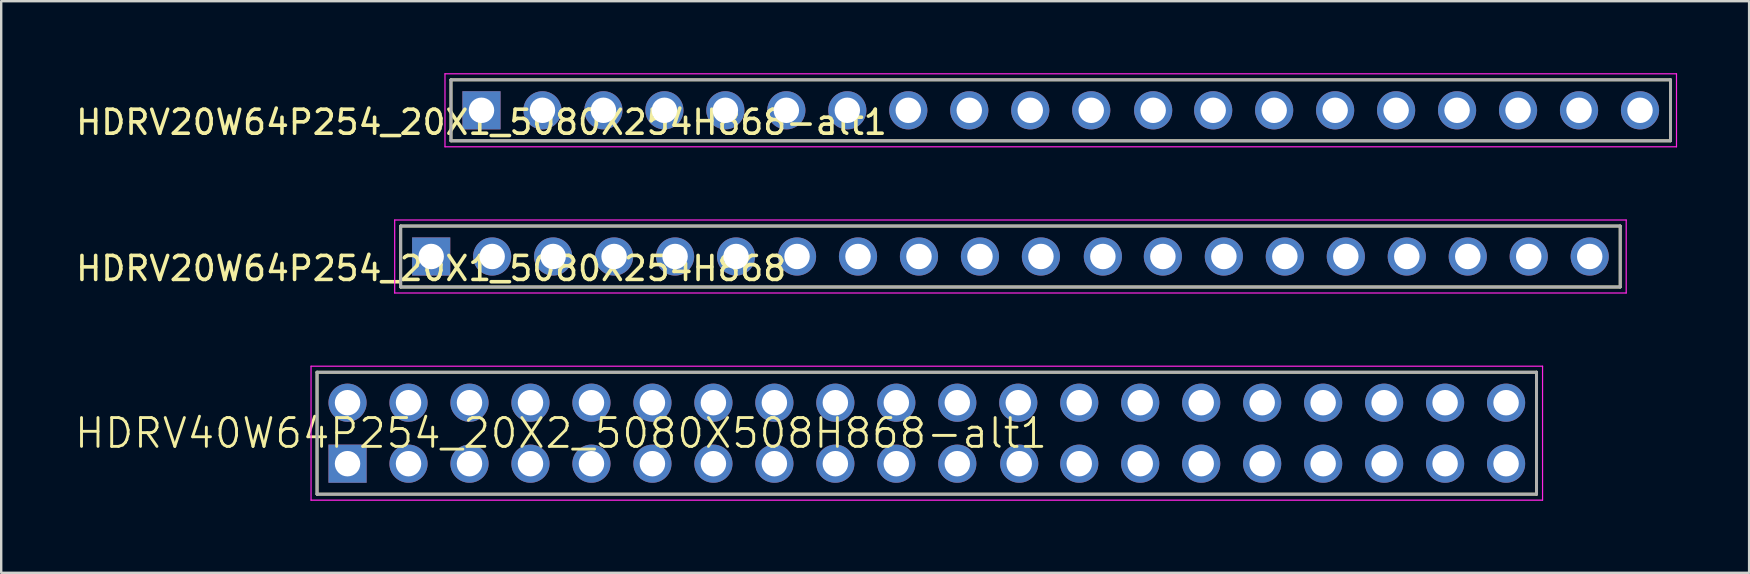
<source format=kicad_pcb>
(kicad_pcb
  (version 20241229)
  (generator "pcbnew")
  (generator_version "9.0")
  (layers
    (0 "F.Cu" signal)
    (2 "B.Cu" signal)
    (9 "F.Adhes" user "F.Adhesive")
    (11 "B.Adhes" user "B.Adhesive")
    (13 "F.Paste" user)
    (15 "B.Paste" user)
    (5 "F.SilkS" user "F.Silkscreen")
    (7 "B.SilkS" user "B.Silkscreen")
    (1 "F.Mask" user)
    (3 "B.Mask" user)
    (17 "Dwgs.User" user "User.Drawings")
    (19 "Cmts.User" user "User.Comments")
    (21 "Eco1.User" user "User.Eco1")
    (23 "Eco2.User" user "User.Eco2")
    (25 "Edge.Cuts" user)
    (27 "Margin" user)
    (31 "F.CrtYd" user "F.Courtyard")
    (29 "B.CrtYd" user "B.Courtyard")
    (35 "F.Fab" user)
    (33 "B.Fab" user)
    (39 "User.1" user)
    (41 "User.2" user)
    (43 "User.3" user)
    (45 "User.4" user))
  (footprint "HDRV20W64P254_20X1_5080X254H868"
    (layer "F.Cu")
    (at 39.041 7.635)
    (property "Reference" "HDRV20W64P254_20X1_5080X254H868" (at -24.13 0.5 0) (layer "F.SilkS") (effects (font (size 1 1) (thickness 0.15))))
    (attr through_hole)
    (fp_line (start -25.4 -1.27) (end 25.4 -1.27) (stroke (width 0.12) (type solid)) (layer "F.SilkS"))
    (fp_line (start -25.4 1.27) (end -25.4 -1.27) (stroke (width 0.12) (type solid)) (layer "F.SilkS"))
    (fp_line (start 25.4 -1.27) (end 25.4 1.27) (stroke (width 0.12) (type solid)) (layer "F.SilkS"))
    (fp_line (start 25.4 1.27) (end -25.4 1.27) (stroke (width 0.12) (type solid)) (layer "F.SilkS"))
    (fp_line (start -25.65 -1.52) (end 25.65 -1.52) (stroke (width 0.05) (type solid)) (layer "F.CrtYd"))
    (fp_line (start -25.65 1.52) (end -25.65 -1.52) (stroke (width 0.05) (type solid)) (layer "F.CrtYd"))
    (fp_line (start 25.65 -1.52) (end 25.65 1.52) (stroke (width 0.05) (type solid)) (layer "F.CrtYd"))
    (fp_line (start 25.65 1.52) (end -25.65 1.52) (stroke (width 0.05) (type solid)) (layer "F.CrtYd"))
    (fp_line (start -25.4 -1.27) (end 25.4 -1.27) (stroke (width 0.12) (type solid)) (layer "F.Fab"))
    (fp_line (start -25.4 1.27) (end -25.4 -1.27) (stroke (width 0.12) (type solid)) (layer "F.Fab"))
    (fp_line (start 25.4 -1.27) (end 25.4 1.27) (stroke (width 0.12) (type solid)) (layer "F.Fab"))
    (fp_line (start 25.4 1.27) (end -25.4 1.27) (stroke (width 0.12) (type solid)) (layer "F.Fab"))
    (pad "1" thru_hole rect (at -24.13 0) (size 1.59 1.59) (drill 1.06) (layers "*.Cu" "*.Mask"))
    (pad "2" thru_hole circle (at -21.59 0) (size 1.59 1.59) (drill 1.06) (layers "*.Cu" "*.Mask"))
    (pad "3" thru_hole circle (at -19.05 0) (size 1.59 1.59) (drill 1.06) (layers "*.Cu" "*.Mask"))
    (pad "4" thru_hole circle (at -16.51 0) (size 1.59 1.59) (drill 1.06) (layers "*.Cu" "*.Mask"))
    (pad "5" thru_hole circle (at -13.97 0 90) (size 1.59 1.59) (drill 1.06) (layers "*.Cu" "*.Mask"))
    (pad "6" thru_hole circle (at -11.43 0) (size 1.59 1.59) (drill 1.06) (layers "*.Cu" "*.Mask"))
    (pad "7" thru_hole circle (at -8.89 0) (size 1.59 1.59) (drill 1.06) (layers "*.Cu" "*.Mask"))
    (pad "8" thru_hole circle (at -6.35 0) (size 1.59 1.59) (drill 1.06) (layers "*.Cu" "*.Mask"))
    (pad "9" thru_hole circle (at -3.81 0) (size 1.59 1.59) (drill 1.06) (layers "*.Cu" "*.Mask"))
    (pad "10" thru_hole circle (at -1.27 0) (size 1.59 1.59) (drill 1.06) (layers "*.Cu" "*.Mask"))
    (pad "11" thru_hole circle (at 1.27 0) (size 1.59 1.59) (drill 1.06) (layers "*.Cu" "*.Mask"))
    (pad "12" thru_hole circle (at 3.85 0) (size 1.59 1.59) (drill 1.06) (layers "*.Cu" "*.Mask"))
    (pad "13" thru_hole circle (at 6.35 0) (size 1.59 1.59) (drill 1.06) (layers "*.Cu" "*.Mask"))
    (pad "14" thru_hole circle (at 8.89 0) (size 1.59 1.59) (drill 1.06) (layers "*.Cu" "*.Mask"))
    (pad "15" thru_hole circle (at 11.43 0) (size 1.59 1.59) (drill 1.06) (layers "*.Cu" "*.Mask"))
    (pad "16" thru_hole circle (at 13.97 0) (size 1.59 1.59) (drill 1.06) (layers "*.Cu" "*.Mask"))
    (pad "17" thru_hole circle (at 16.51 0) (size 1.59 1.59) (drill 1.06) (layers "*.Cu" "*.Mask"))
    (pad "18" thru_hole circle (at 19.05 0) (size 1.59 1.59) (drill 1.06) (layers "*.Cu" "*.Mask"))
    (pad "19" thru_hole circle (at 21.59 0) (size 1.59 1.59) (drill 1.06) (layers "*.Cu" "*.Mask"))
    (pad "20" thru_hole circle (at 24.13 0) (size 1.59 1.59) (drill 1.06) (layers "*.Cu" "*.Mask")))
  (footprint "HDRV40W64P254_20X2_5080X508H868-alt1"
    (layer "F.Cu")
    (at 11.427 16.265)
    (property "Reference" "HDRV40W64P254_20X2_5080X508H868-alt1" (at 8.89 -1.27 0) (layer "F.SilkS") (effects (font (size 1.2 1.2) (thickness 0.12))))
    (attr through_hole)
    (fp_line (start -1.27 -3.81) (end 49.53 -3.81) (stroke (width 0.12) (type solid)) (layer "F.SilkS"))
    (fp_line (start -1.27 1.27) (end -1.27 -3.81) (stroke (width 0.12) (type solid)) (layer "F.SilkS"))
    (fp_line (start 49.53 -3.81) (end 49.53 1.27) (stroke (width 0.12) (type solid)) (layer "F.SilkS"))
    (fp_line (start 49.53 1.27) (end -1.27 1.27) (stroke (width 0.12) (type solid)) (layer "F.SilkS"))
    (fp_line (start -1.52 -4.06) (end 49.78 -4.06) (stroke (width 0.05) (type solid)) (layer "F.CrtYd"))
    (fp_line (start -1.52 1.52) (end -1.52 -4.06) (stroke (width 0.05) (type solid)) (layer "F.CrtYd"))
    (fp_line (start 0 -0.35) (end 0 0.35) (stroke (width 0.05) (type solid)) (layer "F.CrtYd"))
    (fp_line (start 0.35 0) (end -0.35 0) (stroke (width 0.05) (type solid)) (layer "F.CrtYd"))
    (fp_line (start 49.78 -4.06) (end 49.78 1.52) (stroke (width 0.05) (type solid)) (layer "F.CrtYd"))
    (fp_line (start 49.78 1.52) (end -1.52 1.52) (stroke (width 0.05) (type solid)) (layer "F.CrtYd"))
    (fp_circle (center 0 0) (end 0 0.25) (stroke (width 0.05) (type solid)) (fill no) (layer "F.CrtYd"))
    (fp_line (start -1.27 -3.81) (end 49.53 -3.81) (stroke (width 0.12) (type solid)) (layer "F.Fab"))
    (fp_line (start -1.27 1.27) (end -1.27 -3.81) (stroke (width 0.12) (type solid)) (layer "F.Fab"))
    (fp_line (start 49.53 -3.81) (end 49.53 1.27) (stroke (width 0.12) (type solid)) (layer "F.Fab"))
    (fp_line (start 49.53 1.27) (end -1.27 1.27) (stroke (width 0.12) (type solid)) (layer "F.Fab"))
    (pad "1" thru_hole rect (at 0 0) (size 1.59 1.59) (drill 1.06) (layers "*.Cu" "*.Mask"))
    (pad "2" thru_hole circle (at 0 -2.54) (size 1.59 1.59) (drill 1.06) (layers "*.Cu" "*.Mask"))
    (pad "3" thru_hole circle (at 2.54 0) (size 1.59 1.59) (drill 1.06) (layers "*.Cu" "*.Mask"))
    (pad "4" thru_hole circle (at 2.54 -2.54) (size 1.59 1.59) (drill 1.06) (layers "*.Cu" "*.Mask"))
    (pad "5" thru_hole circle (at 5.08 0) (size 1.59 1.59) (drill 1.06) (layers "*.Cu" "*.Mask"))
    (pad "6" thru_hole circle (at 5.08 -2.54) (size 1.59 1.59) (drill 1.06) (layers "*.Cu" "*.Mask"))
    (pad "7" thru_hole circle (at 7.62 0) (size 1.59 1.59) (drill 1.06) (layers "*.Cu" "*.Mask"))
    (pad "8" thru_hole circle (at 7.62 -2.54) (size 1.59 1.59) (drill 1.06) (layers "*.Cu" "*.Mask"))
    (pad "9" thru_hole circle (at 10.16 0) (size 1.59 1.59) (drill 1.06) (layers "*.Cu" "*.Mask"))
    (pad "10" thru_hole circle (at 10.16 -2.54) (size 1.59 1.59) (drill 1.06) (layers "*.Cu" "*.Mask"))
    (pad "11" thru_hole circle (at 12.7 0) (size 1.59 1.59) (drill 1.06) (layers "*.Cu" "*.Mask"))
    (pad "12" thru_hole circle (at 12.7 -2.54) (size 1.59 1.59) (drill 1.06) (layers "*.Cu" "*.Mask"))
    (pad "13" thru_hole circle (at 15.24 0) (size 1.59 1.59) (drill 1.06) (layers "*.Cu" "*.Mask"))
    (pad "14" thru_hole circle (at 15.24 -2.54) (size 1.59 1.59) (drill 1.06) (layers "*.Cu" "*.Mask"))
    (pad "15" thru_hole circle (at 17.78 0) (size 1.59 1.59) (drill 1.06) (layers "*.Cu" "*.Mask"))
    (pad "16" thru_hole circle (at 17.78 -2.54) (size 1.59 1.59) (drill 1.06) (layers "*.Cu" "*.Mask"))
    (pad "17" thru_hole circle (at 20.32 0) (size 1.59 1.59) (drill 1.06) (layers "*.Cu" "*.Mask"))
    (pad "18" thru_hole circle (at 20.32 -2.54) (size 1.59 1.59) (drill 1.06) (layers "*.Cu" "*.Mask"))
    (pad "19" thru_hole circle (at 22.86 0) (size 1.59 1.59) (drill 1.06) (layers "*.Cu" "*.Mask"))
    (pad "20" thru_hole circle (at 22.86 -2.54) (size 1.59 1.59) (drill 1.06) (layers "*.Cu" "*.Mask"))
    (pad "21" thru_hole circle (at 25.4 0) (size 1.59 1.59) (drill 1.06) (layers "*.Cu" "*.Mask"))
    (pad "22" thru_hole circle (at 25.4 -2.54) (size 1.59 1.59) (drill 1.06) (layers "*.Cu" "*.Mask"))
    (pad "23" thru_hole circle (at 27.98 0) (size 1.59 1.59) (drill 1.06) (layers "*.Cu" "*.Mask"))
    (pad "24" thru_hole circle (at 27.94 -2.54) (size 1.59 1.59) (drill 1.06) (layers "*.Cu" "*.Mask"))
    (pad "25" thru_hole circle (at 30.48 0) (size 1.59 1.59) (drill 1.06) (layers "*.Cu" "*.Mask"))
    (pad "26" thru_hole circle (at 30.48 -2.54) (size 1.59 1.59) (drill 1.06) (layers "*.Cu" "*.Mask"))
    (pad "27" thru_hole circle (at 33.02 0) (size 1.59 1.59) (drill 1.06) (layers "*.Cu" "*.Mask"))
    (pad "28" thru_hole circle (at 33.02 -2.54) (size 1.59 1.59) (drill 1.06) (layers "*.Cu" "*.Mask"))
    (pad "29" thru_hole circle (at 35.56 0) (size 1.59 1.59) (drill 1.06) (layers "*.Cu" "*.Mask"))
    (pad "30" thru_hole circle (at 35.56 -2.54) (size 1.59 1.59) (drill 1.06) (layers "*.Cu" "*.Mask"))
    (pad "31" thru_hole circle (at 38.1 0) (size 1.59 1.59) (drill 1.06) (layers "*.Cu" "*.Mask"))
    (pad "32" thru_hole circle (at 38.1 -2.54) (size 1.59 1.59) (drill 1.06) (layers "*.Cu" "*.Mask"))
    (pad "33" thru_hole circle (at 40.64 0) (size 1.59 1.59) (drill 1.06) (layers "*.Cu" "*.Mask"))
    (pad "34" thru_hole circle (at 40.64 -2.54) (size 1.59 1.59) (drill 1.06) (layers "*.Cu" "*.Mask"))
    (pad "35" thru_hole circle (at 43.18 0) (size 1.59 1.59) (drill 1.06) (layers "*.Cu" "*.Mask"))
    (pad "36" thru_hole circle (at 43.18 -2.54) (size 1.59 1.59) (drill 1.06) (layers "*.Cu" "*.Mask"))
    (pad "37" thru_hole circle (at 45.72 0) (size 1.59 1.59) (drill 1.06) (layers "*.Cu" "*.Mask"))
    (pad "38" thru_hole circle (at 45.72 -2.54) (size 1.59 1.59) (drill 1.06) (layers "*.Cu" "*.Mask"))
    (pad "39" thru_hole circle (at 48.26 0) (size 1.59 1.59) (drill 1.06) (layers "*.Cu" "*.Mask"))
    (pad "40" thru_hole circle (at 48.26 -2.54) (size 1.59 1.59) (drill 1.06) (layers "*.Cu" "*.Mask")))
  (footprint "HDRV20W64P254_20X1_5080X254H868-alt1"
    (layer "F.Cu")
    (at 17.006 1.545)
    (property "Reference" "HDRV20W64P254_20X1_5080X254H868-alt1" (at 0 0.5 0) (layer "F.SilkS") (effects (font (size 1 1) (thickness 0.15))))
    (attr through_hole)
    (fp_line (start -1.27 -1.27) (end 49.53 -1.27) (stroke (width 0.12) (type solid)) (layer "F.SilkS"))
    (fp_line (start -1.27 1.27) (end -1.27 -1.27) (stroke (width 0.12) (type solid)) (layer "F.SilkS"))
    (fp_line (start 49.53 -1.27) (end 49.53 1.27) (stroke (width 0.12) (type solid)) (layer "F.SilkS"))
    (fp_line (start 49.53 1.27) (end -1.27 1.27) (stroke (width 0.12) (type solid)) (layer "F.SilkS"))
    (fp_line (start -1.52 -1.52) (end 49.78 -1.52) (stroke (width 0.05) (type solid)) (layer "F.CrtYd"))
    (fp_line (start -1.52 1.52) (end -1.52 -1.52) (stroke (width 0.05) (type solid)) (layer "F.CrtYd"))
    (fp_line (start 49.78 -1.52) (end 49.78 1.52) (stroke (width 0.05) (type solid)) (layer "F.CrtYd"))
    (fp_line (start 49.78 1.52) (end -1.52 1.52) (stroke (width 0.05) (type solid)) (layer "F.CrtYd"))
    (fp_line (start -1.27 -1.27) (end 49.53 -1.27) (stroke (width 0.12) (type solid)) (layer "F.Fab"))
    (fp_line (start -1.27 1.27) (end -1.27 -1.27) (stroke (width 0.12) (type solid)) (layer "F.Fab"))
    (fp_line (start 49.53 -1.27) (end 49.53 1.27) (stroke (width 0.12) (type solid)) (layer "F.Fab"))
    (fp_line (start 49.53 1.27) (end -1.27 1.27) (stroke (width 0.12) (type solid)) (layer "F.Fab"))
    (pad "1" thru_hole rect (at 0 0) (size 1.59 1.59) (drill 1.06) (layers "*.Cu" "*.Mask"))
    (pad "2" thru_hole circle (at 2.54 0) (size 1.59 1.59) (drill 1.06) (layers "*.Cu" "*.Mask"))
    (pad "3" thru_hole circle (at 5.08 0) (size 1.59 1.59) (drill 1.06) (layers "*.Cu" "*.Mask"))
    (pad "4" thru_hole circle (at 7.62 0) (size 1.59 1.59) (drill 1.06) (layers "*.Cu" "*.Mask"))
    (pad "5" thru_hole circle (at 10.16 0 90) (size 1.59 1.59) (drill 1.06) (layers "*.Cu" "*.Mask"))
    (pad "6" thru_hole circle (at 12.7 0) (size 1.59 1.59) (drill 1.06) (layers "*.Cu" "*.Mask"))
    (pad "7" thru_hole circle (at 15.24 0) (size 1.59 1.59) (drill 1.06) (layers "*.Cu" "*.Mask"))
    (pad "8" thru_hole circle (at 17.78 0) (size 1.59 1.59) (drill 1.06) (layers "*.Cu" "*.Mask"))
    (pad "9" thru_hole circle (at 20.32 0) (size 1.59 1.59) (drill 1.06) (layers "*.Cu" "*.Mask"))
    (pad "10" thru_hole circle (at 22.86 0) (size 1.59 1.59) (drill 1.06) (layers "*.Cu" "*.Mask"))
    (pad "11" thru_hole circle (at 25.4 0) (size 1.59 1.59) (drill 1.06) (layers "*.Cu" "*.Mask"))
    (pad "12" thru_hole circle (at 27.98 0) (size 1.59 1.59) (drill 1.06) (layers "*.Cu" "*.Mask"))
    (pad "13" thru_hole circle (at 30.48 0) (size 1.59 1.59) (drill 1.06) (layers "*.Cu" "*.Mask"))
    (pad "14" thru_hole circle (at 33.02 0) (size 1.59 1.59) (drill 1.06) (layers "*.Cu" "*.Mask"))
    (pad "15" thru_hole circle (at 35.56 0) (size 1.59 1.59) (drill 1.06) (layers "*.Cu" "*.Mask"))
    (pad "16" thru_hole circle (at 38.1 0) (size 1.59 1.59) (drill 1.06) (layers "*.Cu" "*.Mask"))
    (pad "17" thru_hole circle (at 40.64 0) (size 1.59 1.59) (drill 1.06) (layers "*.Cu" "*.Mask"))
    (pad "18" thru_hole circle (at 43.18 0) (size 1.59 1.59) (drill 1.06) (layers "*.Cu" "*.Mask"))
    (pad "19" thru_hole circle (at 45.72 0) (size 1.59 1.59) (drill 1.06) (layers "*.Cu" "*.Mask"))
    (pad "20" thru_hole circle (at 48.26 0) (size 1.59 1.59) (drill 1.06) (layers "*.Cu" "*.Mask")))
  (gr_rect
    (start -3 -3)
    (end 69.811 20.81)
    (stroke (width 0.1) (type default))
    (fill no)
    (layer "Edge.Cuts")))
</source>
